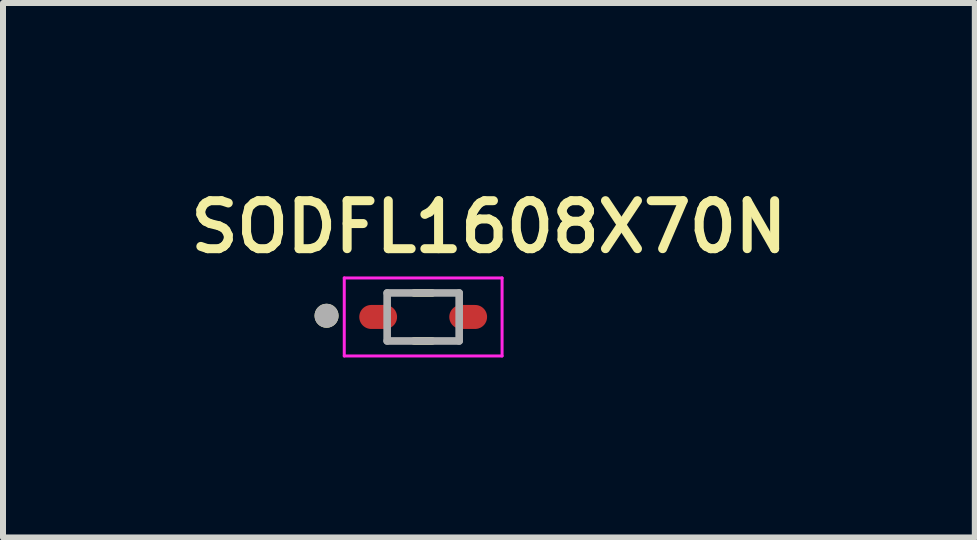
<source format=kicad_pcb>
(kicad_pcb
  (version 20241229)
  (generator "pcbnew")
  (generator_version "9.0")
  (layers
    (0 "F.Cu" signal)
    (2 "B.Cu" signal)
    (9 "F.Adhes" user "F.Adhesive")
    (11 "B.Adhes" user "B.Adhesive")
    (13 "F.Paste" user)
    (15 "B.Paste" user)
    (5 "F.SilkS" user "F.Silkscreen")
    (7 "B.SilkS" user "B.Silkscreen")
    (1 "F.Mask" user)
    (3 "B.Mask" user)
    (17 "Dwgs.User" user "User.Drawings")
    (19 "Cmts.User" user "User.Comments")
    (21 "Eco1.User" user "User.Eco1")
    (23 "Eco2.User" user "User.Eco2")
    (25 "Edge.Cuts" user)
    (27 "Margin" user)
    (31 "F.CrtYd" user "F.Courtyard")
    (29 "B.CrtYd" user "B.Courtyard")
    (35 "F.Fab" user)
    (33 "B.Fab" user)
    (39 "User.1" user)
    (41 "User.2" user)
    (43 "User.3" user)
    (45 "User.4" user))
  (footprint "SODFL1608X70N"
    (layer "F.Cu")
    (at 4.002 2.232)
    (property "Reference" "SODFL1608X70N" (at 1.095 -1.5 0) (layer "F.SilkS") (effects (font (size 0.8 0.8) (thickness 0.15))))
    (attr smd)
    (fp_line (start -0.15 -0.4) (end 0.15 -0.4) (stroke (width 0.127) (type solid)) (layer "F.SilkS"))
    (fp_line (start 0.15 0.4) (end -0.15 0.4) (stroke (width 0.127) (type solid)) (layer "F.SilkS"))
    (fp_circle (center -1.61 -0.02) (end -1.51 -0.02) (stroke (width 0.2) (type solid)) (fill no) (layer "F.SilkS"))
    (fp_line (start -1.315 -0.65) (end -1.315 0.65) (stroke (width 0.05) (type solid)) (layer "F.CrtYd"))
    (fp_line (start -1.315 0.65) (end 1.315 0.65) (stroke (width 0.05) (type solid)) (layer "F.CrtYd"))
    (fp_line (start 1.315 -0.65) (end -1.315 -0.65) (stroke (width 0.05) (type solid)) (layer "F.CrtYd"))
    (fp_line (start 1.315 0.65) (end 1.315 -0.65) (stroke (width 0.05) (type solid)) (layer "F.CrtYd"))
    (fp_line (start -0.6 -0.4) (end -0.6 0.4) (stroke (width 0.127) (type solid)) (layer "F.Fab"))
    (fp_line (start -0.6 0.4) (end 0.6 0.4) (stroke (width 0.127) (type solid)) (layer "F.Fab"))
    (fp_line (start 0.6 -0.4) (end -0.6 -0.4) (stroke (width 0.127) (type solid)) (layer "F.Fab"))
    (fp_line (start 0.6 0.4) (end 0.6 -0.4) (stroke (width 0.127) (type solid)) (layer "F.Fab"))
    (fp_circle (center -1.61 -0.02) (end -1.51 -0.02) (stroke (width 0.2) (type solid)) (fill no) (layer "F.Fab"))
    (pad "A" smd oval (at 0.75 0) (size 0.63 0.4) (layers "F.Cu" "F.Mask" "F.Paste"))
    (pad "C" smd oval (at -0.75 0) (size 0.63 0.4) (layers "F.Cu" "F.Mask" "F.Paste")))
  (gr_rect
    (start -3 -3)
    (end 13.195 5.907)
    (stroke (width 0.1) (type default))
    (fill no)
    (layer "Edge.Cuts")))
</source>
